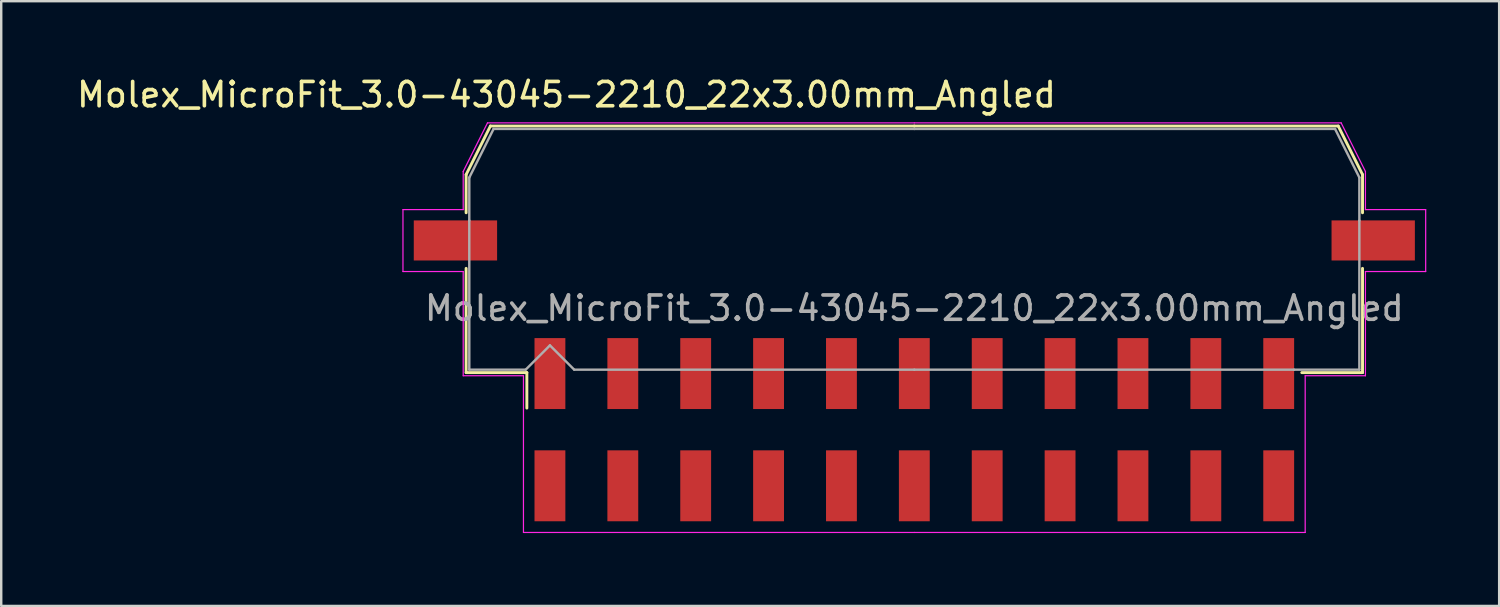
<source format=kicad_pcb>
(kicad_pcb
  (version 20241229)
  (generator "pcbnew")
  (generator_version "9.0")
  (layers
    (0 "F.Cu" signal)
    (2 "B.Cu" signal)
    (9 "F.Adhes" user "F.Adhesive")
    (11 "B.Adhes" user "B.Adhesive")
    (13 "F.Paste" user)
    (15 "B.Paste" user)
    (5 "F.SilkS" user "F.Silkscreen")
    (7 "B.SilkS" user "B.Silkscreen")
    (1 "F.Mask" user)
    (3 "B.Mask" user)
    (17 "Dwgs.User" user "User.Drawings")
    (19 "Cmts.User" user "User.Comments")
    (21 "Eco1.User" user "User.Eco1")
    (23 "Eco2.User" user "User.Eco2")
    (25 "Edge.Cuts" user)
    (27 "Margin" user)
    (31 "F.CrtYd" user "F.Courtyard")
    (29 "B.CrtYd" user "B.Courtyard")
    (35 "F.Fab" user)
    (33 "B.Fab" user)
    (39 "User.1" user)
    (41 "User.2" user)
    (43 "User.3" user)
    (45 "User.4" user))
  (footprint "Molex_MicroFit_3.0-43045-2210_22x3.00mm_Angled"
    (layer "F.Cu")
    (at 34.588 14.638)
    (property "Reference" "Molex_MicroFit_3.0-43045-2210_22x3.00mm_Angled" (at -14.32 -13.79 0) (layer "F.SilkS") (effects (font (size 1 1) (thickness 0.15))))
    (attr smd)
    (fp_line (start -18.45 -10.5) (end -18.45 -8.93) (stroke (width 0.12) (type solid)) (layer "F.SilkS"))
    (fp_line (start -18.45 -6.64) (end -18.45 -2.35) (stroke (width 0.12) (type solid)) (layer "F.SilkS"))
    (fp_line (start -18.45 -2.35) (end -15.95 -2.35) (stroke (width 0.12) (type solid)) (layer "F.SilkS"))
    (fp_line (start -17.45 -12.5) (end -18.45 -10.5) (stroke (width 0.12) (type solid)) (layer "F.SilkS"))
    (fp_line (start -15.95 -2.35) (end -15.95 -0.89) (stroke (width 0.12) (type solid)) (layer "F.SilkS"))
    (fp_line (start 0 -12.5) (end -17.45 -12.5) (stroke (width 0.12) (type solid)) (layer "F.SilkS"))
    (fp_line (start 0 -12.5) (end 17.45 -12.5) (stroke (width 0.12) (type solid)) (layer "F.SilkS"))
    (fp_line (start 17.45 -12.5) (end 18.45 -10.5) (stroke (width 0.12) (type solid)) (layer "F.SilkS"))
    (fp_line (start 18.45 -10.5) (end 18.45 -8.93) (stroke (width 0.12) (type solid)) (layer "F.SilkS"))
    (fp_line (start 18.45 -6.64) (end 18.45 -2.35) (stroke (width 0.12) (type solid)) (layer "F.SilkS"))
    (fp_line (start 18.45 -2.35) (end 15.95 -2.35) (stroke (width 0.12) (type solid)) (layer "F.SilkS"))
    (fp_line (start -21.05 -9.06) (end -21.05 -6.51) (stroke (width 0.05) (type solid)) (layer "F.CrtYd"))
    (fp_line (start -21.05 -6.51) (end -18.57 -6.51) (stroke (width 0.05) (type solid)) (layer "F.CrtYd"))
    (fp_line (start -18.57 -10.63) (end -18.57 -9.06) (stroke (width 0.05) (type solid)) (layer "F.CrtYd"))
    (fp_line (start -18.57 -9.06) (end -21.05 -9.06) (stroke (width 0.05) (type solid)) (layer "F.CrtYd"))
    (fp_line (start -18.57 -6.51) (end -18.57 -2.22) (stroke (width 0.05) (type solid)) (layer "F.CrtYd"))
    (fp_line (start -18.57 -2.22) (end -16.09 -2.22) (stroke (width 0.05) (type solid)) (layer "F.CrtYd"))
    (fp_line (start -17.57 -12.63) (end -18.57 -10.63) (stroke (width 0.05) (type solid)) (layer "F.CrtYd"))
    (fp_line (start -16.09 -2.22) (end -16.09 4.23) (stroke (width 0.05) (type solid)) (layer "F.CrtYd"))
    (fp_line (start -16.09 4.23) (end 0 4.23) (stroke (width 0.05) (type solid)) (layer "F.CrtYd"))
    (fp_line (start 0 -12.63) (end -17.57 -12.63) (stroke (width 0.05) (type solid)) (layer "F.CrtYd"))
    (fp_line (start 0 -12.63) (end 17.57 -12.63) (stroke (width 0.05) (type solid)) (layer "F.CrtYd"))
    (fp_line (start 16.09 -2.22) (end 16.09 4.23) (stroke (width 0.05) (type solid)) (layer "F.CrtYd"))
    (fp_line (start 16.09 4.23) (end 0 4.23) (stroke (width 0.05) (type solid)) (layer "F.CrtYd"))
    (fp_line (start 17.57 -12.63) (end 18.57 -10.63) (stroke (width 0.05) (type solid)) (layer "F.CrtYd"))
    (fp_line (start 18.57 -10.63) (end 18.57 -9.06) (stroke (width 0.05) (type solid)) (layer "F.CrtYd"))
    (fp_line (start 18.57 -9.06) (end 21.05 -9.06) (stroke (width 0.05) (type solid)) (layer "F.CrtYd"))
    (fp_line (start 18.57 -6.51) (end 18.57 -2.22) (stroke (width 0.05) (type solid)) (layer "F.CrtYd"))
    (fp_line (start 18.57 -2.22) (end 16.09 -2.22) (stroke (width 0.05) (type solid)) (layer "F.CrtYd"))
    (fp_line (start 21.05 -9.06) (end 21.05 -6.51) (stroke (width 0.05) (type solid)) (layer "F.CrtYd"))
    (fp_line (start 21.05 -6.51) (end 18.57 -6.51) (stroke (width 0.05) (type solid)) (layer "F.CrtYd"))
    (fp_line (start -18.32 -10.38) (end -18.32 -8.61) (stroke (width 0.1) (type solid)) (layer "F.Fab"))
    (fp_line (start -18.32 -8.61) (end -18.32 -2.47) (stroke (width 0.1) (type solid)) (layer "F.Fab"))
    (fp_line (start -18.32 -2.47) (end -16 -2.47) (stroke (width 0.1) (type solid)) (layer "F.Fab"))
    (fp_line (start -17.32 -12.38) (end -18.32 -10.38) (stroke (width 0.1) (type solid)) (layer "F.Fab"))
    (fp_line (start -16 -2.47) (end -15 -3.47) (stroke (width 0.1) (type solid)) (layer "F.Fab"))
    (fp_line (start -15 -3.47) (end -14 -2.47) (stroke (width 0.1) (type solid)) (layer "F.Fab"))
    (fp_line (start -14 -2.47) (end 0 -2.47) (stroke (width 0.1) (type solid)) (layer "F.Fab"))
    (fp_line (start 0 -12.38) (end -17.32 -12.38) (stroke (width 0.1) (type solid)) (layer "F.Fab"))
    (fp_line (start 0 -12.38) (end 17.32 -12.38) (stroke (width 0.1) (type solid)) (layer "F.Fab"))
    (fp_line (start 15.63 -2.47) (end 0 -2.47) (stroke (width 0.1) (type solid)) (layer "F.Fab"))
    (fp_line (start 17.32 -12.38) (end 18.32 -10.38) (stroke (width 0.1) (type solid)) (layer "F.Fab"))
    (fp_line (start 18.32 -10.38) (end 18.32 -8.61) (stroke (width 0.1) (type solid)) (layer "F.Fab"))
    (fp_line (start 18.32 -8.61) (end 18.32 -2.47) (stroke (width 0.1) (type solid)) (layer "F.Fab"))
    (fp_line (start 18.32 -2.47) (end 15.63 -2.47) (stroke (width 0.1) (type solid)) (layer "F.Fab"))
    (fp_text user "${REFERENCE}" (at 0 -5 0) (layer "F.Fab") (effects (font (size 1 1) (thickness 0.15))))
    (pad "" smd rect (at -18.89 -7.79) (size 3.43 1.65) (layers "F.Cu" "F.Mask" "F.Paste"))
    (pad "" smd rect (at 18.89 -7.79) (size 3.43 1.65) (layers "F.Cu" "F.Mask" "F.Paste"))
    (pad "1" smd rect (at -15 -2.31) (size 1.27 2.92) (layers "F.Cu" "F.Mask" "F.Paste"))
    (pad "2" smd rect (at -12 -2.31) (size 1.27 2.92) (layers "F.Cu" "F.Mask" "F.Paste"))
    (pad "3" smd rect (at -9 -2.31) (size 1.27 2.92) (layers "F.Cu" "F.Mask" "F.Paste"))
    (pad "4" smd rect (at -6 -2.31) (size 1.27 2.92) (layers "F.Cu" "F.Mask" "F.Paste"))
    (pad "5" smd rect (at -3 -2.31) (size 1.27 2.92) (layers "F.Cu" "F.Mask" "F.Paste"))
    (pad "6" smd rect (at 0 -2.31) (size 1.27 2.92) (layers "F.Cu" "F.Mask" "F.Paste"))
    (pad "7" smd rect (at 3 -2.31) (size 1.27 2.92) (layers "F.Cu" "F.Mask" "F.Paste"))
    (pad "8" smd rect (at 6 -2.31) (size 1.27 2.92) (layers "F.Cu" "F.Mask" "F.Paste"))
    (pad "9" smd rect (at 9 -2.31) (size 1.27 2.92) (layers "F.Cu" "F.Mask" "F.Paste"))
    (pad "10" smd rect (at 12 -2.31) (size 1.27 2.92) (layers "F.Cu" "F.Mask" "F.Paste"))
    (pad "11" smd rect (at 15 -2.31) (size 1.27 2.92) (layers "F.Cu" "F.Mask" "F.Paste"))
    (pad "12" smd rect (at 15 2.31) (size 1.27 2.92) (layers "F.Cu" "F.Mask" "F.Paste"))
    (pad "13" smd rect (at 12 2.31) (size 1.27 2.92) (layers "F.Cu" "F.Mask" "F.Paste"))
    (pad "14" smd rect (at 9 2.31) (size 1.27 2.92) (layers "F.Cu" "F.Mask" "F.Paste"))
    (pad "15" smd rect (at 6 2.31) (size 1.27 2.92) (layers "F.Cu" "F.Mask" "F.Paste"))
    (pad "16" smd rect (at 3 2.31) (size 1.27 2.92) (layers "F.Cu" "F.Mask" "F.Paste"))
    (pad "17" smd rect (at 0 2.31) (size 1.27 2.92) (layers "F.Cu" "F.Mask" "F.Paste"))
    (pad "18" smd rect (at -3 2.31) (size 1.27 2.92) (layers "F.Cu" "F.Mask" "F.Paste"))
    (pad "19" smd rect (at -6 2.31) (size 1.27 2.92) (layers "F.Cu" "F.Mask" "F.Paste"))
    (pad "20" smd rect (at -9 2.31) (size 1.27 2.92) (layers "F.Cu" "F.Mask" "F.Paste"))
    (pad "21" smd rect (at -12 2.31) (size 1.27 2.92) (layers "F.Cu" "F.Mask" "F.Paste"))
    (pad "22" smd rect (at -15 2.31) (size 1.27 2.92) (layers "F.Cu" "F.Mask" "F.Paste")))
  (gr_rect
    (start -3 -3)
    (end 58.663 21.893)
    (stroke (width 0.1) (type default))
    (fill no)
    (layer "Edge.Cuts")))
</source>
